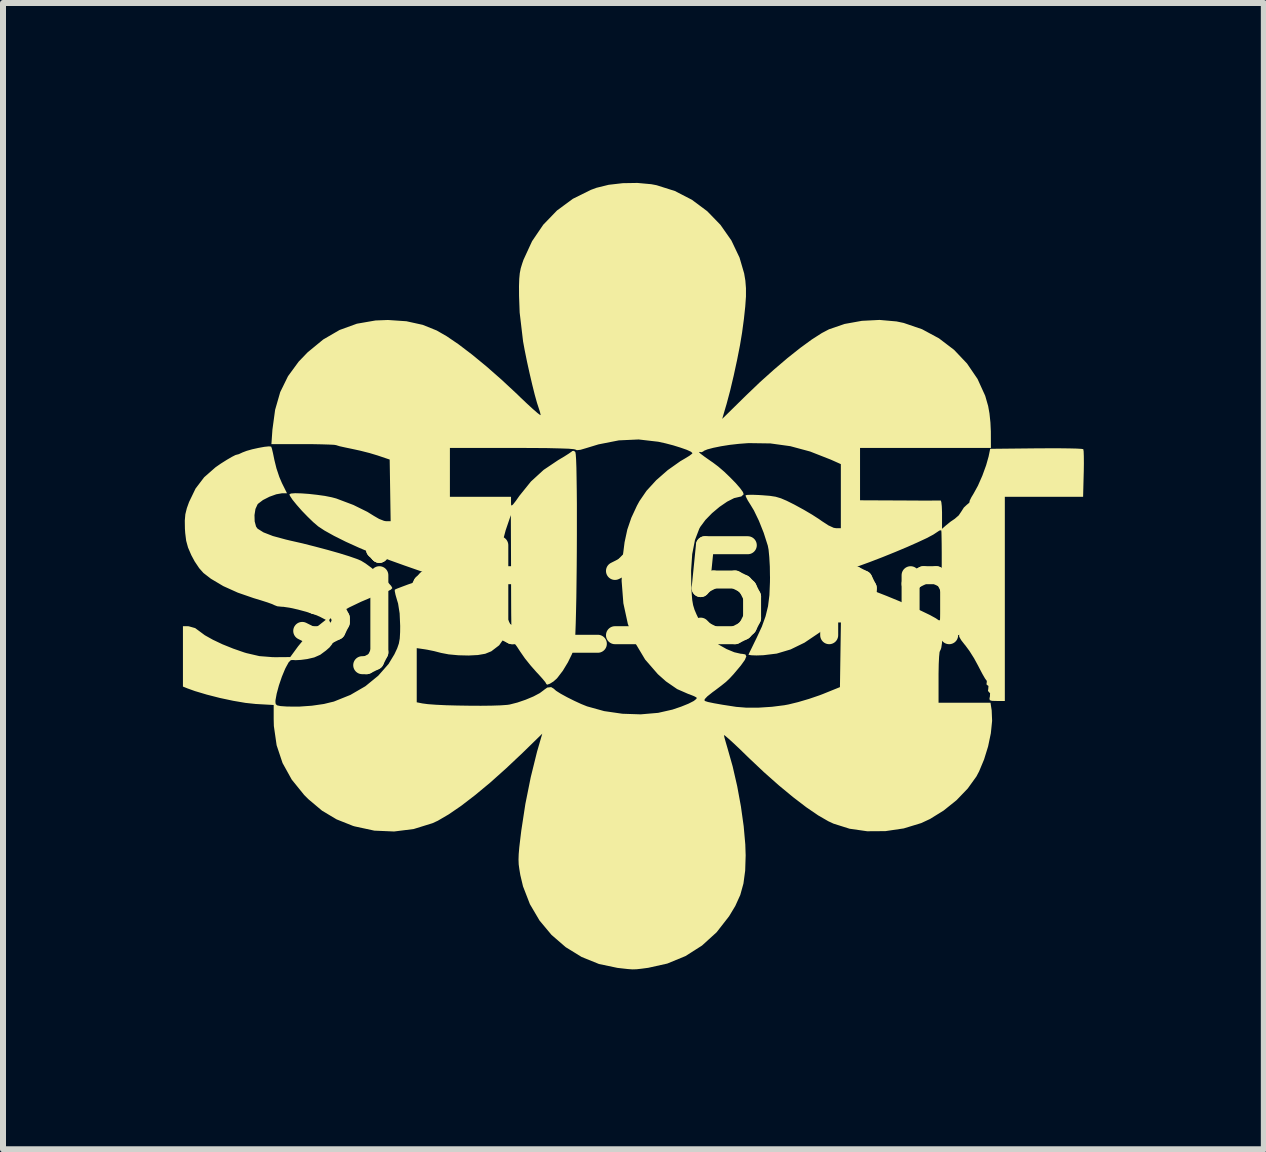
<source format=kicad_pcb>
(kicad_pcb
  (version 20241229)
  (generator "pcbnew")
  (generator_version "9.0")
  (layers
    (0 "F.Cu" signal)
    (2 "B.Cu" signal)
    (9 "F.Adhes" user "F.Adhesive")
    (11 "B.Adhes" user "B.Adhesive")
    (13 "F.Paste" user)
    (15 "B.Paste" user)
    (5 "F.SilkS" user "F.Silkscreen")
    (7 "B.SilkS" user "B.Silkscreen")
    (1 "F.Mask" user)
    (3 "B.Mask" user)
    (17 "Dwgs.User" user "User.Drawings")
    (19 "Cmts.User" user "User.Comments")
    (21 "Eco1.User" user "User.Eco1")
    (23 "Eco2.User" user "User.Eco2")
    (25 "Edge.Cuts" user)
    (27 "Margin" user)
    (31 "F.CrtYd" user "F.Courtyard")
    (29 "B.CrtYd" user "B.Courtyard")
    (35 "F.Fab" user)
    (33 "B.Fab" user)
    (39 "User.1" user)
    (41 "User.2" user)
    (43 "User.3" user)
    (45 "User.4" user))
  (footprint "sjct_15mm"
    (layer "F.Cu")
    (at 7.739 6.862)
    (property "Reference" "sjct_15mm" (at 0 0 0) (layer "F.SilkS") (effects (font (size 1.5 1.5) (thickness 0.3))))
    (attr board_only exclude_from_pos_files exclude_from_bom)
    (fp_poly (pts (xy -2.299 0.655) (xy -2.313 0.669) (xy -2.328 0.655) (xy -2.313 0.64)) (stroke (width 0) (type solid)) (fill yes) (layer "F.SilkS"))
    (fp_poly (pts (xy 0.069 -6.841) (xy 0.158 -6.824) (xy 0.464 -6.727) (xy 0.747 -6.581) (xy 1.002 -6.391) (xy 1.223 -6.163) (xy 1.405 -5.903) (xy 1.541 -5.617) (xy 1.618 -5.353) (xy 1.638 -5.234) (xy 1.648 -5.109) (xy 1.648 -4.967) (xy 1.636 -4.799) (xy 1.614 -4.595) (xy 1.583 -4.364) (xy 1.548 -4.154) (xy 1.5 -3.91) (xy 1.444 -3.651) (xy 1.384 -3.398) (xy 1.324 -3.173) (xy 1.311 -3.13) (xy 1.252 -2.928) (xy 1.652 -3.321) (xy 1.883 -3.542) (xy 2.115 -3.75) (xy 2.34 -3.942) (xy 2.553 -4.111) (xy 2.746 -4.252) (xy 2.913 -4.359) (xy 3.033 -4.422) (xy 3.293 -4.511) (xy 3.581 -4.563) (xy 3.875 -4.578) (xy 4.158 -4.553) (xy 4.277 -4.528) (xy 4.584 -4.423) (xy 4.866 -4.271) (xy 5.118 -4.079) (xy 5.334 -3.851) (xy 5.509 -3.594) (xy 5.637 -3.313) (xy 5.686 -3.142) (xy 5.708 -3.019) (xy 5.724 -2.867) (xy 5.731 -2.718) (xy 5.731 -2.699) (xy 5.732 -2.444) (xy 4.641 -2.444) (xy 3.55 -2.444) (xy 3.55 -2.008) (xy 3.55 -1.571) (xy 4.212 -1.568) (xy 4.402 -1.567) (xy 4.574 -1.566) (xy 4.717 -1.566) (xy 4.823 -1.567) (xy 4.884 -1.567) (xy 4.895 -1.568) (xy 4.905 -1.543) (xy 4.913 -1.473) (xy 4.917 -1.371) (xy 4.917 -1.333) (xy 4.917 -1.095) (xy 4.983 -1.153) (xy 5.057 -1.213) (xy 5.129 -1.262) (xy 5.195 -1.319) (xy 5.237 -1.381) (xy 5.281 -1.45) (xy 5.329 -1.495) (xy 5.37 -1.529) (xy 5.375 -1.542) (xy 5.378 -1.564) (xy 5.406 -1.621) (xy 5.44 -1.677) (xy 5.515 -1.813) (xy 5.589 -1.981) (xy 5.652 -2.154) (xy 5.695 -2.306) (xy 5.696 -2.313) (xy 5.72 -2.429) (xy 6.488 -2.437) (xy 6.693 -2.438) (xy 6.879 -2.438) (xy 7.038 -2.436) (xy 7.162 -2.433) (xy 7.243 -2.428) (xy 7.272 -2.423) (xy 7.278 -2.387) (xy 7.281 -2.304) (xy 7.282 -2.187) (xy 7.28 -2.045) (xy 7.279 -2.015) (xy 7.269 -1.629) (xy 6.617 -1.629) (xy 5.964 -1.629) (xy 5.964 0.073) (xy 5.964 1.775) (xy 5.83 1.775) (xy 5.749 1.773) (xy 5.713 1.761) (xy 5.708 1.731) (xy 5.715 1.702) (xy 5.718 1.645) (xy 5.701 1.629) (xy 5.683 1.607) (xy 5.688 1.571) (xy 5.691 1.524) (xy 5.674 1.513) (xy 5.656 1.495) (xy 5.661 1.481) (xy 5.664 1.439) (xy 5.655 1.43) (xy 5.632 1.397) (xy 5.59 1.324) (xy 5.539 1.227) (xy 5.519 1.188) (xy 5.451 1.063) (xy 5.374 0.941) (xy 5.303 0.845) (xy 5.294 0.835) (xy 5.237 0.762) (xy 5.204 0.705) (xy 5.202 0.68) (xy 5.206 0.669) (xy 5.196 0.676) (xy 5.162 0.67) (xy 5.102 0.632) (xy 5.051 0.589) (xy 4.932 0.481) (xy 4.923 0.706) (xy 4.916 0.812) (xy 4.904 0.891) (xy 4.89 0.93) (xy 4.887 0.931) (xy 4.876 0.959) (xy 4.868 1.038) (xy 4.862 1.16) (xy 4.859 1.318) (xy 4.859 1.367) (xy 4.859 1.804) (xy 5.292 1.804) (xy 5.725 1.804) (xy 5.745 1.933) (xy 5.752 2.107) (xy 5.731 2.313) (xy 5.685 2.533) (xy 5.618 2.75) (xy 5.535 2.949) (xy 5.49 3.034) (xy 5.346 3.234) (xy 5.16 3.428) (xy 4.945 3.601) (xy 4.718 3.742) (xy 4.57 3.811) (xy 4.278 3.9) (xy 3.973 3.945) (xy 3.669 3.947) (xy 3.376 3.905) (xy 3.107 3.82) (xy 3.021 3.78) (xy 2.853 3.683) (xy 2.654 3.547) (xy 2.432 3.377) (xy 2.195 3.181) (xy 1.948 2.962) (xy 1.7 2.728) (xy 1.666 2.695) (xy 1.545 2.577) (xy 1.44 2.478) (xy 1.356 2.402) (xy 1.301 2.355) (xy 1.281 2.343) (xy 1.281 2.344) (xy 1.289 2.384) (xy 1.311 2.462) (xy 1.339 2.558) (xy 1.426 2.865) (xy 1.502 3.196) (xy 1.564 3.534) (xy 1.61 3.863) (xy 1.637 4.166) (xy 1.643 4.35) (xy 1.635 4.604) (xy 1.606 4.819) (xy 1.553 5.01) (xy 1.47 5.193) (xy 1.367 5.364) (xy 1.159 5.631) (xy 0.915 5.853) (xy 0.64 6.028) (xy 0.337 6.153) (xy 0.018 6.224) (xy -0.095 6.239) (xy -0.177 6.248) (xy -0.247 6.25) (xy -0.326 6.244) (xy -0.434 6.232) (xy -0.495 6.225) (xy -0.803 6.16) (xy -1.092 6.043) (xy -1.357 5.88) (xy -1.593 5.676) (xy -1.794 5.435) (xy -1.954 5.163) (xy -2.069 4.866) (xy -2.114 4.677) (xy -2.13 4.581) (xy -2.141 4.5) (xy -2.144 4.42) (xy -2.141 4.329) (xy -2.131 4.213) (xy -2.113 4.061) (xy -2.098 3.938) (xy -2.03 3.493) (xy -1.94 3.045) (xy -1.835 2.62) (xy -1.806 2.52) (xy -1.748 2.32) (xy -2.074 2.638) (xy -2.35 2.898) (xy -2.616 3.136) (xy -2.868 3.345) (xy -3.101 3.524) (xy -3.31 3.667) (xy -3.49 3.772) (xy -3.579 3.813) (xy -3.892 3.91) (xy -4.218 3.951) (xy -4.547 3.937) (xy -4.875 3.866) (xy -4.903 3.858) (xy -5.177 3.749) (xy -5.42 3.604) (xy -5.647 3.413) (xy -5.718 3.342) (xy -5.925 3.086) (xy -6.078 2.81) (xy -6.177 2.513) (xy -6.223 2.193) (xy -6.226 2.077) (xy -6.226 1.842) (xy -6.527 1.825) (xy -6.696 1.807) (xy -6.901 1.772) (xy -7.122 1.725) (xy -7.341 1.669) (xy -7.539 1.61) (xy -7.659 1.567) (xy -7.739 1.535) (xy -7.739 1.031) (xy -7.739 0.528) (xy -7.645 0.529) (xy -7.535 0.56) (xy -7.463 0.613) (xy -7.374 0.679) (xy -7.242 0.753) (xy -7.08 0.83) (xy -6.901 0.902) (xy -6.72 0.965) (xy -6.68 0.977) (xy -6.465 1.027) (xy -6.249 1.044) (xy -6.197 1.045) (xy -5.95 1.043) (xy -5.819 0.864) (xy -5.726 0.751) (xy -5.614 0.635) (xy -5.523 0.553) (xy -5.357 0.422) (xy -5.459 0.369) (xy -5.553 0.33) (xy -5.68 0.289) (xy -5.821 0.251) (xy -5.956 0.221) (xy -6.064 0.205) (xy -6.094 0.204) (xy -6.167 0.196) (xy -6.213 0.178) (xy -6.251 0.16) (xy -6.332 0.131) (xy -6.445 0.095) (xy -6.561 0.06) (xy -6.824 -0.031) (xy -7.066 -0.14) (xy -7.273 -0.263) (xy -7.397 -0.359) (xy -7.468 -0.439) (xy -7.543 -0.551) (xy -7.6 -0.657) (xy -7.654 -0.783) (xy -7.685 -0.896) (xy -7.701 -1.024) (xy -7.706 -1.097) (xy -7.708 -1.233) (xy -7.699 -1.338) (xy -7.674 -1.439) (xy -7.637 -1.542) (xy -7.529 -1.766) (xy -7.385 -1.955) (xy -7.196 -2.121) (xy -7.107 -2.183) (xy -7.005 -2.247) (xy -6.921 -2.296) (xy -6.866 -2.324) (xy -6.854 -2.328) (xy -6.808 -2.34) (xy -6.741 -2.371) (xy -6.74 -2.371) (xy -6.677 -2.395) (xy -6.585 -2.421) (xy -6.481 -2.444) (xy -6.383 -2.462) (xy -6.306 -2.47) (xy -6.268 -2.466) (xy -6.268 -2.466) (xy -6.256 -2.433) (xy -6.238 -2.358) (xy -6.217 -2.256) (xy -6.214 -2.242) (xy -6.18 -2.104) (xy -6.132 -1.96) (xy -6.089 -1.859) (xy -6.004 -1.688) (xy -6.087 -1.688) (xy -6.183 -1.671) (xy -6.297 -1.63) (xy -6.405 -1.575) (xy -6.484 -1.515) (xy -6.495 -1.503) (xy -6.53 -1.426) (xy -6.546 -1.324) (xy -6.543 -1.219) (xy -6.52 -1.133) (xy -6.495 -1.098) (xy -6.396 -1.036) (xy -6.239 -0.975) (xy -6.025 -0.917) (xy -5.95 -0.899) (xy -5.743 -0.852) (xy -5.531 -0.798) (xy -5.324 -0.743) (xy -5.133 -0.689) (xy -4.969 -0.638) (xy -4.842 -0.594) (xy -4.77 -0.564) (xy -4.695 -0.518) (xy -4.601 -0.449) (xy -4.501 -0.368) (xy -4.405 -0.284) (xy -4.323 -0.205) (xy -4.267 -0.143) (xy -4.248 -0.107) (xy -4.274 -0.08) (xy -4.34 -0.047) (xy -4.413 -0.021) (xy -4.579 0.04) (xy -4.77 0.121) (xy -4.962 0.213) (xy -5.134 0.305) (xy -5.171 0.327) (xy -5.254 0.379) (xy -5.294 0.412) (xy -5.299 0.439) (xy -5.277 0.47) (xy -5.273 0.474) (xy -5.236 0.549) (xy -5.225 0.668) (xy -5.225 0.678) (xy -5.23 0.766) (xy -5.25 0.826) (xy -5.295 0.882) (xy -5.354 0.934) (xy -5.45 1.005) (xy -5.55 1.049) (xy -5.666 1.076) (xy -5.771 1.09) (xy -5.859 1.095) (xy -5.905 1.092) (xy -5.94 1.094) (xy -5.976 1.13) (xy -6.02 1.21) (xy -6.035 1.239) (xy -6.09 1.372) (xy -6.139 1.516) (xy -6.176 1.653) (xy -6.196 1.763) (xy -6.197 1.793) (xy -6.192 1.827) (xy -6.168 1.848) (xy -6.113 1.86) (xy -6.014 1.867) (xy -6.001 1.868) (xy -5.801 1.869) (xy -5.589 1.854) (xy -5.388 1.825) (xy -5.274 1.797) (xy -3.841 1.797) (xy -3.746 1.816) (xy -3.655 1.828) (xy -3.52 1.838) (xy -3.352 1.846) (xy -3.163 1.851) (xy -2.966 1.854) (xy -2.772 1.855) (xy -2.594 1.853) (xy -2.443 1.848) (xy -2.331 1.84) (xy -2.291 1.834) (xy -2.162 1.801) (xy -2.025 1.754) (xy -1.896 1.7) (xy -1.79 1.644) (xy -1.724 1.595) (xy -1.72 1.591) (xy -1.664 1.551) (xy -1.6 1.544) (xy -1.557 1.57) (xy -1.518 1.605) (xy -1.439 1.655) (xy -1.333 1.713) (xy -1.215 1.772) (xy -1.098 1.826) (xy -1.001 1.865) (xy -0.716 1.944) (xy -0.412 1.988) (xy -0.107 1.998) (xy 0.184 1.973) (xy 0.422 1.919) (xy 0.569 1.869) (xy 0.69 1.82) (xy 0.778 1.775) (xy 0.824 1.738) (xy 0.825 1.718) (xy 0.783 1.695) (xy 0.71 1.666) (xy 0.684 1.657) (xy 0.501 1.577) (xy 0.315 1.449) (xy 0.179 1.328) (xy -0.033 1.084) (xy -0.2 0.805) (xy -0.321 0.491) (xy -0.396 0.146) (xy -0.425 -0.229) (xy -0.418 -0.398) (xy 0.733 -0.398) (xy 0.736 -0.175) (xy 0.743 -0.021) (xy 0.752 0.091) (xy 0.767 0.177) (xy 0.79 0.253) (xy 0.825 0.335) (xy 0.867 0.422) (xy 0.935 0.544) (xy 1.011 0.658) (xy 1.08 0.744) (xy 1.095 0.759) (xy 1.199 0.839) (xy 1.326 0.91) (xy 1.454 0.963) (xy 1.563 0.988) (xy 1.584 0.989) (xy 1.638 0.999) (xy 1.654 1.031) (xy 1.63 1.09) (xy 1.564 1.182) (xy 1.515 1.241) (xy 1.439 1.331) (xy 1.376 1.399) (xy 1.315 1.457) (xy 1.239 1.518) (xy 1.135 1.597) (xy 1.092 1.628) (xy 1.003 1.699) (xy 0.959 1.746) (xy 0.959 1.772) (xy 0.963 1.775) (xy 1.015 1.792) (xy 1.116 1.813) (xy 1.258 1.838) (xy 1.433 1.865) (xy 1.484 1.873) (xy 1.657 1.887) (xy 1.864 1.886) (xy 2.081 1.872) (xy 2.287 1.846) (xy 2.357 1.833) (xy 2.517 1.794) (xy 2.7 1.74) (xy 2.873 1.681) (xy 2.928 1.66) (xy 3.215 1.544) (xy 3.223 1.005) (xy 3.231 0.466) (xy 3.165 0.466) (xy 3.114 0.482) (xy 3.031 0.528) (xy 2.93 0.594) (xy 2.866 0.64) (xy 2.624 0.803) (xy 2.392 0.916) (xy 2.161 0.985) (xy 1.938 1.012) (xy 1.825 1.016) (xy 1.74 1.013) (xy 1.695 1.006) (xy 1.691 1) (xy 1.708 0.964) (xy 1.745 0.889) (xy 1.794 0.788) (xy 1.824 0.727) (xy 1.913 0.535) (xy 1.975 0.363) (xy 2.016 0.195) (xy 2.039 0.011) (xy 2.048 -0.205) (xy 2.049 -0.291) (xy 2.048 -0.314) (xy 3.052 -0.314) (xy 3.386 -0.203) (xy 3.577 -0.136) (xy 3.782 -0.059) (xy 3.994 0.024) (xy 4.201 0.109) (xy 4.396 0.193) (xy 4.568 0.271) (xy 4.709 0.339) (xy 4.81 0.394) (xy 4.844 0.417) (xy 4.862 0.429) (xy 4.876 0.431) (xy 4.886 0.417) (xy 4.894 0.38) (xy 4.899 0.315) (xy 4.903 0.215) (xy 4.906 0.075) (xy 4.908 -0.113) (xy 4.91 -0.298) (xy 4.912 -0.502) (xy 4.912 -0.686) (xy 4.911 -0.843) (xy 4.909 -0.965) (xy 4.907 -1.044) (xy 4.903 -1.071) (xy 4.873 -1.066) (xy 4.837 -1.042) (xy 4.772 -0.999) (xy 4.661 -0.94) (xy 4.511 -0.87) (xy 4.333 -0.791) (xy 4.135 -0.708) (xy 3.925 -0.623) (xy 3.712 -0.541) (xy 3.504 -0.465) (xy 3.337 -0.408) (xy 3.052 -0.314) (xy 2.048 -0.314) (xy 2.046 -0.467) (xy 2.037 -0.624) (xy 2.025 -0.748) (xy 2.012 -0.815) (xy 1.944 -1.028) (xy 1.864 -1.229) (xy 1.781 -1.401) (xy 1.728 -1.489) (xy 1.678 -1.569) (xy 1.647 -1.63) (xy 1.642 -1.655) (xy 1.674 -1.661) (xy 1.751 -1.663) (xy 1.859 -1.659) (xy 1.923 -1.655) (xy 2.048 -1.645) (xy 2.144 -1.63) (xy 2.231 -1.604) (xy 2.327 -1.563) (xy 2.453 -1.5) (xy 2.477 -1.487) (xy 2.614 -1.412) (xy 2.75 -1.332) (xy 2.865 -1.258) (xy 2.916 -1.222) (xy 3.022 -1.153) (xy 3.111 -1.112) (xy 3.15 -1.106) (xy 3.23 -1.106) (xy 3.23 -1.64) (xy 3.23 -2.174) (xy 3.062 -2.249) (xy 2.718 -2.384) (xy 2.388 -2.473) (xy 2.056 -2.519) (xy 1.707 -2.524) (xy 1.673 -2.523) (xy 1.529 -2.512) (xy 1.378 -2.495) (xy 1.233 -2.472) (xy 1.105 -2.446) (xy 1.006 -2.42) (xy 0.947 -2.396) (xy 0.936 -2.385) (xy 0.906 -2.372) (xy 0.878 -2.377) (xy 0.863 -2.376) (xy 0.892 -2.347) (xy 0.961 -2.295) (xy 1.065 -2.222) (xy 1.096 -2.201) (xy 1.185 -2.134) (xy 1.284 -2.049) (xy 1.383 -1.954) (xy 1.475 -1.86) (xy 1.549 -1.775) (xy 1.597 -1.709) (xy 1.61 -1.671) (xy 1.571 -1.635) (xy 1.544 -1.629) (xy 1.45 -1.607) (xy 1.334 -1.548) (xy 1.207 -1.461) (xy 1.082 -1.356) (xy 0.972 -1.243) (xy 0.888 -1.13) (xy 0.87 -1.098) (xy 0.798 -0.91) (xy 0.752 -0.675) (xy 0.733 -0.398) (xy -0.418 -0.398) (xy -0.408 -0.618) (xy -0.376 -0.87) (xy -0.33 -1.084) (xy -0.263 -1.28) (xy -0.17 -1.48) (xy -0.128 -1.557) (xy -0.01 -1.729) (xy 0.152 -1.906) (xy 0.344 -2.074) (xy 0.553 -2.222) (xy 0.633 -2.269) (xy 0.705 -2.313) (xy 0.749 -2.347) (xy 0.756 -2.358) (xy 0.73 -2.381) (xy 0.66 -2.413) (xy 0.557 -2.449) (xy 0.435 -2.487) (xy 0.305 -2.521) (xy 0.187 -2.547) (xy -0.141 -2.585) (xy -0.471 -2.57) (xy -0.811 -2.503) (xy -1.008 -2.443) (xy -1.11 -2.413) (xy -1.172 -2.406) (xy -1.188 -2.414) (xy -1.22 -2.423) (xy -1.31 -2.431) (xy -1.457 -2.436) (xy -1.661 -2.441) (xy -1.92 -2.443) (xy -2.236 -2.444) (xy -2.243 -2.444) (xy -3.288 -2.444) (xy -3.288 -2.037) (xy -3.288 -1.629) (xy -2.779 -1.629) (xy -2.269 -1.629) (xy -2.269 -1.537) (xy -2.268 -1.496) (xy -2.258 -1.482) (xy -2.234 -1.503) (xy -2.188 -1.562) (xy -2.128 -1.647) (xy -1.937 -1.884) (xy -1.725 -2.078) (xy -1.484 -2.24) (xy -1.383 -2.3) (xy -1.303 -2.351) (xy -1.255 -2.385) (xy -1.249 -2.392) (xy -1.22 -2.395) (xy -1.197 -2.376) (xy -1.19 -2.339) (xy -1.184 -2.25) (xy -1.179 -2.116) (xy -1.176 -1.944) (xy -1.173 -1.739) (xy -1.171 -1.509) (xy -1.171 -1.26) (xy -1.171 -0.998) (xy -1.172 -0.729) (xy -1.174 -0.462) (xy -1.177 -0.201) (xy -1.18 0.046) (xy -1.185 0.274) (xy -1.19 0.475) (xy -1.196 0.643) (xy -1.202 0.771) (xy -1.209 0.854) (xy -1.212 0.873) (xy -1.252 0.991) (xy -1.32 1.13) (xy -1.404 1.269) (xy -1.493 1.386) (xy -1.506 1.401) (xy -1.561 1.45) (xy -1.619 1.486) (xy -1.664 1.503) (xy -1.682 1.492) (xy -1.682 1.488) (xy -1.698 1.46) (xy -1.747 1.401) (xy -1.817 1.323) (xy -1.844 1.295) (xy -1.941 1.185) (xy -2.038 1.064) (xy -2.113 0.956) (xy -2.115 0.953) (xy -2.17 0.869) (xy -2.214 0.809) (xy -2.238 0.786) (xy -2.238 0.786) (xy -2.245 0.785) (xy -2.25 0.778) (xy -2.255 0.76) (xy -2.258 0.725) (xy -2.261 0.669) (xy -2.263 0.585) (xy -2.264 0.469) (xy -2.266 0.314) (xy -2.267 0.116) (xy -2.268 -0.132) (xy -2.268 -0.335) (xy -2.272 -1.324) (xy -2.358 -1.072) (xy -2.453 -0.716) (xy -2.495 -0.372) (xy -2.482 -0.034) (xy -2.416 0.308) (xy -2.402 0.358) (xy -2.367 0.481) (xy -2.348 0.563) (xy -2.344 0.62) (xy -2.353 0.666) (xy -2.374 0.715) (xy -2.467 0.847) (xy -2.598 0.947) (xy -2.699 0.988) (xy -2.821 1.009) (xy -2.978 1.017) (xy -3.147 1.013) (xy -3.308 0.998) (xy -3.434 0.974) (xy -3.55 0.944) (xy -3.667 0.92) (xy -3.717 0.912) (xy -3.841 0.894) (xy -3.841 1.346) (xy -3.841 1.797) (xy -5.274 1.797) (xy -5.223 1.785) (xy -4.947 1.674) (xy -4.697 1.529) (xy -4.483 1.354) (xy -4.311 1.158) (xy -4.213 0.996) (xy -4.167 0.898) (xy -4.139 0.817) (xy -4.124 0.734) (xy -4.118 0.627) (xy -4.117 0.524) (xy -4.126 0.315) (xy -4.152 0.15) (xy -4.17 0.091) (xy -4.195 0.004) (xy -4.208 -0.06) (xy -4.206 -0.081) (xy -4.173 -0.097) (xy -4.097 -0.126) (xy -3.99 -0.166) (xy -3.877 -0.206) (xy -3.755 -0.251) (xy -3.664 -0.289) (xy -3.613 -0.317) (xy -3.608 -0.331) (xy -3.65 -0.346) (xy -3.736 -0.376) (xy -3.855 -0.417) (xy -3.995 -0.466) (xy -4.044 -0.483) (xy -4.3 -0.575) (xy -4.555 -0.675) (xy -4.799 -0.778) (xy -5.024 -0.88) (xy -5.22 -0.978) (xy -5.378 -1.066) (xy -5.483 -1.135) (xy -5.565 -1.205) (xy -5.659 -1.296) (xy -5.755 -1.395) (xy -5.842 -1.494) (xy -5.912 -1.58) (xy -5.955 -1.645) (xy -5.964 -1.67) (xy -5.938 -1.684) (xy -5.866 -1.689) (xy -5.762 -1.686) (xy -5.637 -1.677) (xy -5.503 -1.662) (xy -5.373 -1.644) (xy -5.258 -1.621) (xy -5.183 -1.601) (xy -4.897 -1.493) (xy -4.664 -1.378) (xy -4.556 -1.311) (xy -4.468 -1.26) (xy -4.386 -1.228) (xy -4.351 -1.222) (xy -4.276 -1.222) (xy -4.284 -1.736) (xy -4.292 -2.25) (xy -4.493 -2.318) (xy -4.629 -2.359) (xy -4.787 -2.399) (xy -4.925 -2.429) (xy -5.036 -2.452) (xy -5.126 -2.472) (xy -5.178 -2.488) (xy -5.183 -2.49) (xy -5.22 -2.496) (xy -5.305 -2.5) (xy -5.429 -2.504) (xy -5.581 -2.507) (xy -5.737 -2.507) (xy -6.264 -2.507) (xy -6.247 -2.749) (xy -6.202 -3.08) (xy -6.117 -3.375) (xy -5.987 -3.64) (xy -5.81 -3.882) (xy -5.66 -4.038) (xy -5.4 -4.252) (xy -5.128 -4.41) (xy -4.839 -4.515) (xy -4.528 -4.569) (xy -4.321 -4.577) (xy -4.013 -4.556) (xy -3.741 -4.496) (xy -3.508 -4.402) (xy -3.341 -4.306) (xy -3.143 -4.171) (xy -2.921 -4.002) (xy -2.68 -3.804) (xy -2.427 -3.582) (xy -2.169 -3.342) (xy -2.117 -3.291) (xy -2.003 -3.183) (xy -1.905 -3.093) (xy -1.83 -3.028) (xy -1.785 -2.993) (xy -1.775 -2.991) (xy -1.785 -3.039) (xy -1.806 -3.104) (xy -1.836 -3.196) (xy -1.874 -3.333) (xy -1.916 -3.502) (xy -1.96 -3.69) (xy -2.003 -3.885) (xy -2.041 -4.073) (xy -2.068 -4.219) (xy -2.125 -4.702) (xy -2.135 -4.975) (xy -2.136 -5.14) (xy -2.132 -5.263) (xy -2.123 -5.357) (xy -2.107 -5.439) (xy -2.081 -5.523) (xy -2.061 -5.581) (xy -1.918 -5.891) (xy -1.731 -6.166) (xy -1.502 -6.403) (xy -1.237 -6.598) (xy -0.939 -6.746) (xy -0.844 -6.781) (xy -0.641 -6.831) (xy -0.406 -6.858) (xy -0.162 -6.862)) (stroke (width 0) (type solid)) (fill yes) (layer "F.SilkS")))
  (gr_rect
    (start -3 -3)
    (end 18.021 16.111)
    (stroke (width 0.1) (type default))
    (fill no)
    (layer "Edge.Cuts")))
</source>
